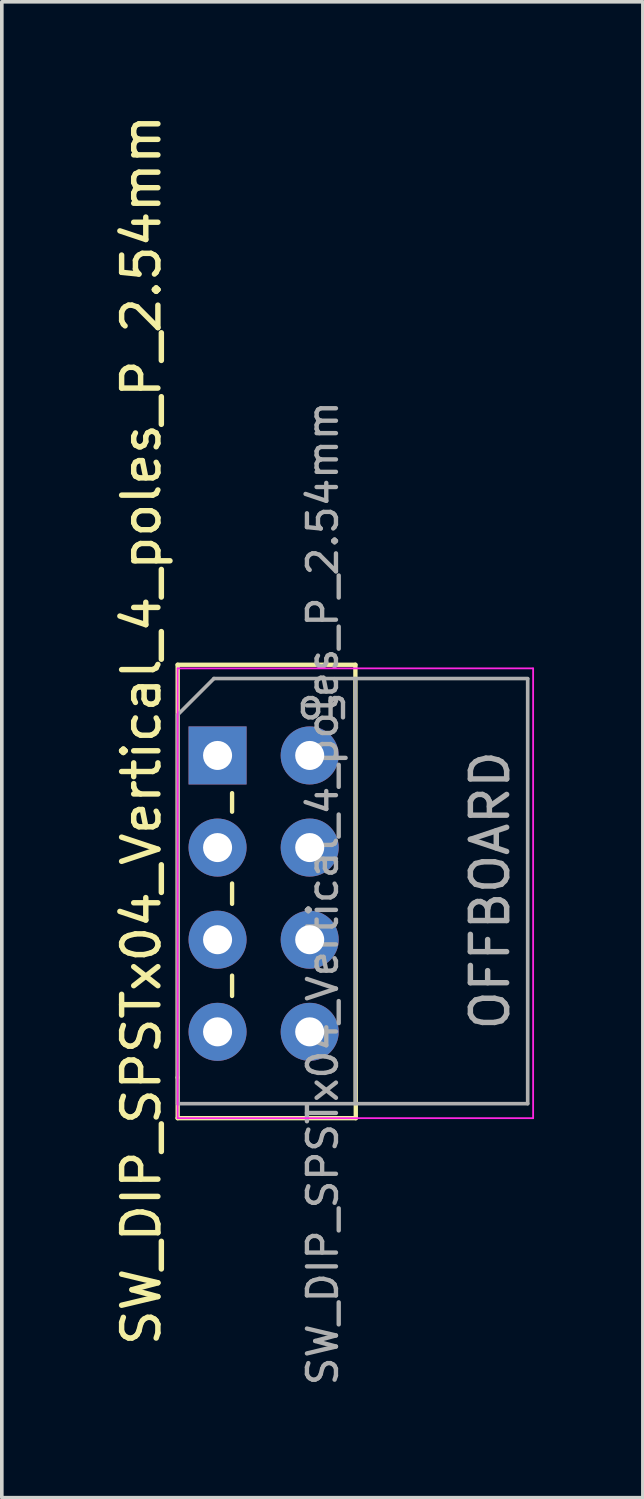
<source format=kicad_pcb>
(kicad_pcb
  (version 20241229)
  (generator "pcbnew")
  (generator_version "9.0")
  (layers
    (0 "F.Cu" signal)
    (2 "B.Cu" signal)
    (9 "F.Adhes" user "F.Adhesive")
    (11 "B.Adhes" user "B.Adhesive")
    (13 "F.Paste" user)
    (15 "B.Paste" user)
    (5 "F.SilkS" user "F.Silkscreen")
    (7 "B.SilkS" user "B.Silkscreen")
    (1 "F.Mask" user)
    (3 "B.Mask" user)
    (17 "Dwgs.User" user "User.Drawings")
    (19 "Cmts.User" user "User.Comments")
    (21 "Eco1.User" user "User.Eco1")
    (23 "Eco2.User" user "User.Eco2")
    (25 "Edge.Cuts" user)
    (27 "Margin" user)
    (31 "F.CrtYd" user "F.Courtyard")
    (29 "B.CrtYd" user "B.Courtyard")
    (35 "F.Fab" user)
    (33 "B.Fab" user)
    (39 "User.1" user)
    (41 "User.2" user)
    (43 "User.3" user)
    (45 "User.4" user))
  (footprint "SW_DIP_SPSTx04_Vertical_4_poles_P_2.54mm"
    (layer "F.Cu")
    (at 2.948 17.777)
    (property "Reference" "SW_DIP_SPSTx04_Vertical_4_poles_P_2.54mm" (at -2.1 -0.7 90) (layer "F.SilkS") (effects (font (size 1 1) (thickness 0.15))))
    (attr through_hole)
    (fp_line (start -1.1 -2.5) (end -1.1 8.88) (stroke (width 0.12) (type solid)) (layer "F.SilkS"))
    (fp_line (start -1.1 -2.5) (end 3.8 -2.5) (stroke (width 0.12) (type solid)) (layer "F.SilkS"))
    (fp_line (start -1.1 8.88) (end -1.1 10) (stroke (width 0.12) (type solid)) (layer "F.SilkS"))
    (fp_line (start -1.1 10) (end 3.811 10) (stroke (width 0.12) (type solid)) (layer "F.SilkS"))
    (fp_line (start 0.4 1.04) (end 0.4 1.551) (stroke (width 0.12) (type solid)) (layer "F.SilkS"))
    (fp_line (start 0.4 3.53) (end 0.4 4.091) (stroke (width 0.12) (type solid)) (layer "F.SilkS"))
    (fp_line (start 0.4 6.07) (end 0.4 6.631) (stroke (width 0.12) (type solid)) (layer "F.SilkS"))
    (fp_line (start 3.811 10) (end 3.8 -2.5) (stroke (width 0.12) (type solid)) (layer "F.SilkS"))
    (fp_line (start -1.1 -2.4) (end -1.1 10) (stroke (width 0.05) (type solid)) (layer "F.CrtYd"))
    (fp_line (start -1.1 10) (end 8.7 10) (stroke (width 0.05) (type solid)) (layer "F.CrtYd"))
    (fp_line (start 8.7 -2.4) (end -1.1 -2.4) (stroke (width 0.05) (type solid)) (layer "F.CrtYd"))
    (fp_line (start 8.7 10) (end 8.7 -2.4) (stroke (width 0.05) (type solid)) (layer "F.CrtYd"))
    (fp_line (start -1.1 -1.12) (end -0.1 -2.12) (stroke (width 0.1) (type solid)) (layer "F.Fab"))
    (fp_line (start -1.1 9.6) (end -1.1 -1.12) (stroke (width 0.1) (type solid)) (layer "F.Fab"))
    (fp_line (start -0.1 -2.12) (end 8.55 -2.12) (stroke (width 0.1) (type solid)) (layer "F.Fab"))
    (fp_line (start 3.8 -2.12) (end 3.8 9.6) (stroke (width 0.1) (type solid)) (layer "F.Fab"))
    (fp_line (start 8.55 -2.11) (end 8.55 9.6) (stroke (width 0.1) (type solid)) (layer "F.Fab"))
    (fp_line (start 8.55 9.6) (end -1.1 9.6) (stroke (width 0.1) (type solid)) (layer "F.Fab"))
    (fp_text user "${REFERENCE}" (at 2.9 3.8 90) (layer "F.Fab") (effects (font (size 0.8 0.8) (thickness 0.12))))
    (fp_text user "OFFBOARD" (at 8.1 7.65 90) (unlocked yes) (layer "F.Fab") (effects (font (size 1 1) (thickness 0.15)) (justify left bottom)))
    (fp_text user "on" (at 2.925 -1.413 0) (layer "F.Fab") (effects (font (size 0.8 0.8) (thickness 0.12))))
    (pad "1" thru_hole rect (at 0 0) (size 1.6 1.6) (drill 0.8) (layers "*.Cu" "*.Mask"))
    (pad "2" thru_hole oval (at 0 2.54) (size 1.6 1.6) (drill 0.8) (layers "*.Cu" "*.Mask"))
    (pad "3" thru_hole oval (at 0 5.08) (size 1.6 1.6) (drill 0.8) (layers "*.Cu" "*.Mask"))
    (pad "4" thru_hole oval (at 0 7.62) (size 1.6 1.6) (drill 0.8) (layers "*.Cu" "*.Mask"))
    (pad "5" thru_hole oval (at 2.54 7.62) (size 1.6 1.6) (drill 0.8) (layers "*.Cu" "*.Mask"))
    (pad "6" thru_hole oval (at 2.54 5.08) (size 1.6 1.6) (drill 0.8) (layers "*.Cu" "*.Mask"))
    (pad "7" thru_hole oval (at 2.54 2.54) (size 1.6 1.6) (drill 0.8) (layers "*.Cu" "*.Mask"))
    (pad "8" thru_hole oval (at 2.54 0) (size 1.6 1.6) (drill 0.8) (layers "*.Cu" "*.Mask")))
  (gr_rect
    (start -3 -3)
    (end 14.673 38.239)
    (stroke (width 0.1) (type default))
    (fill no)
    (layer "Edge.Cuts")))
</source>
